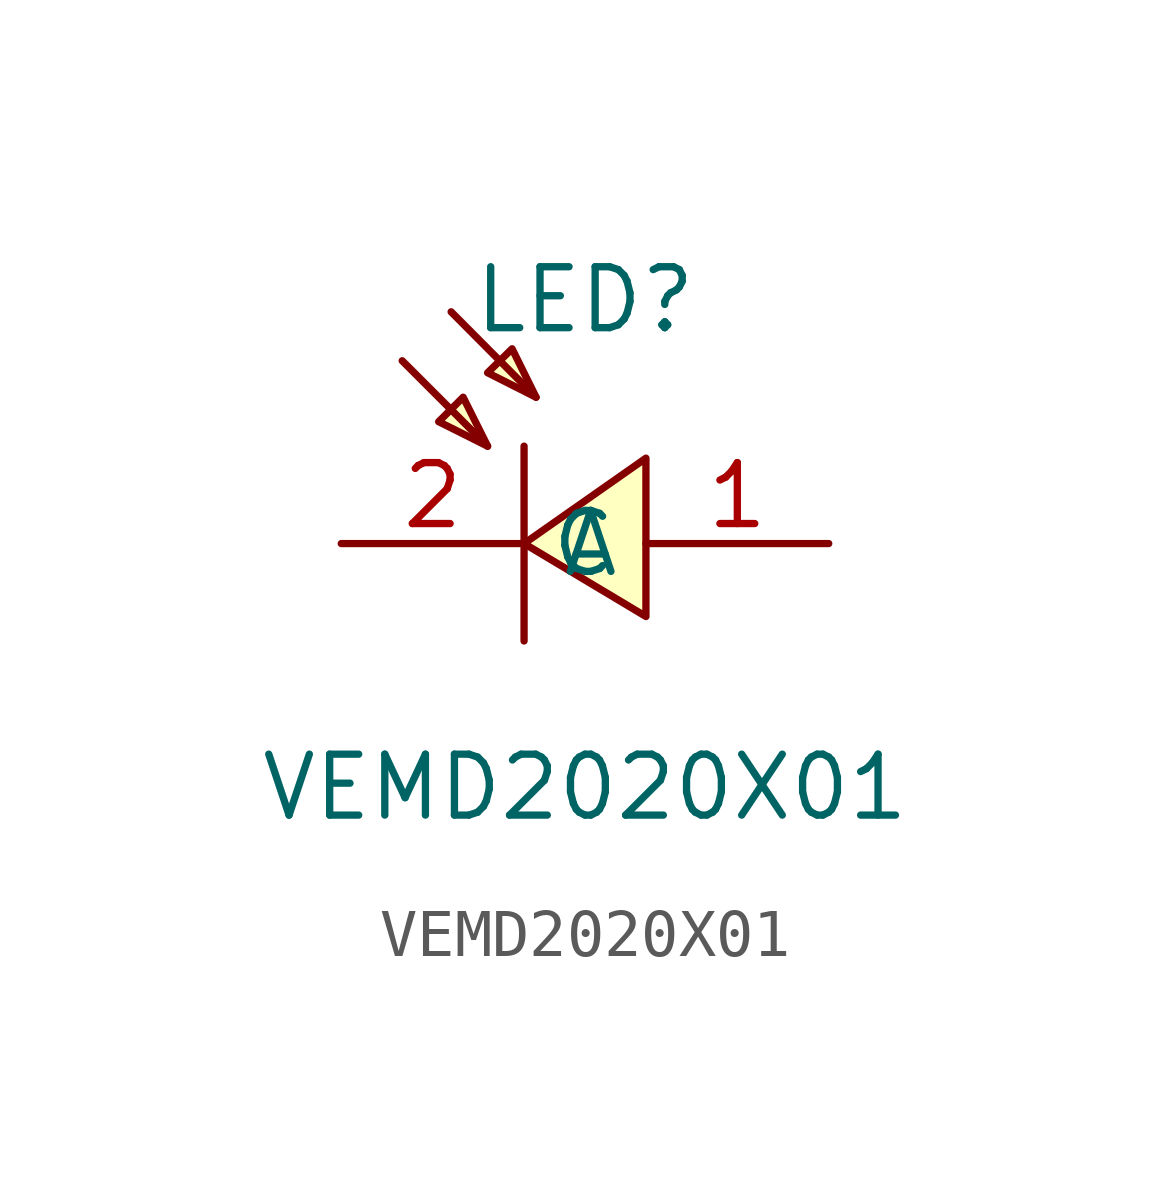
<source format=kicad_sym>
(kicad_symbol_lib
  (version 20211014)
  (generator https://github.com/uPesy/easyeda2kicad.py)
  (symbol "VEMD2020X01"
    (property "Reference" "LED"
      (at 0 5.08 0)
      (effects (font (size 1.27 1.27))))
    (property "Value" "VEMD2020X01"
      (at 0 -5.08 0)
      (effects (font (size 1.27 1.27))))
    (symbol "VEMD2020X01_0_1"
      (polyline (pts (xy -1.02 3.05) (xy -2.03 3.56) (xy -1.52 4.06) (xy -1.02 3.05)) (stroke (width 0) (type default) (color 0 0 0 0)) (fill (type background)))
      (polyline (pts (xy -2.03 2.03) (xy -3.05 2.54) (xy -2.54 3.05) (xy -2.03 2.03)) (stroke (width 0) (type default) (color 0 0 0 0)) (fill (type background)))
      (polyline (pts (xy 1.27 -1.52) (xy -1.27 -0.00) (xy 1.27 1.78) (xy 1.27 -1.52)) (stroke (width 0) (type default) (color 0 0 0 0)) (fill (type background)))
      (polyline (pts (xy -2.79 4.83) (xy -1.02 3.05)) (stroke (width 0) (type default) (color 0 0 0 0)) (fill (type none)))
      (polyline (pts (xy -3.81 3.81) (xy -2.03 2.03)) (stroke (width 0) (type default) (color 0 0 0 0)) (fill (type none)))
      (polyline (pts (xy -1.27 2.03) (xy -1.27 -2.03)) (stroke (width 0) (type default) (color 0 0 0 0)) (fill (type none)))
      (pin unspecified line (at -5.08 -0.00 0) (length 3.81) (name "C" (effects (font (size 1.27 1.27)))) (number "2" (effects (font (size 1.27 1.27)))))
      (pin unspecified line (at 5.08 -0.00 180) (length 3.81) (name "A" (effects (font (size 1.27 1.27)))) (number "1" (effects (font (size 1.27 1.27))))))))
</source>
